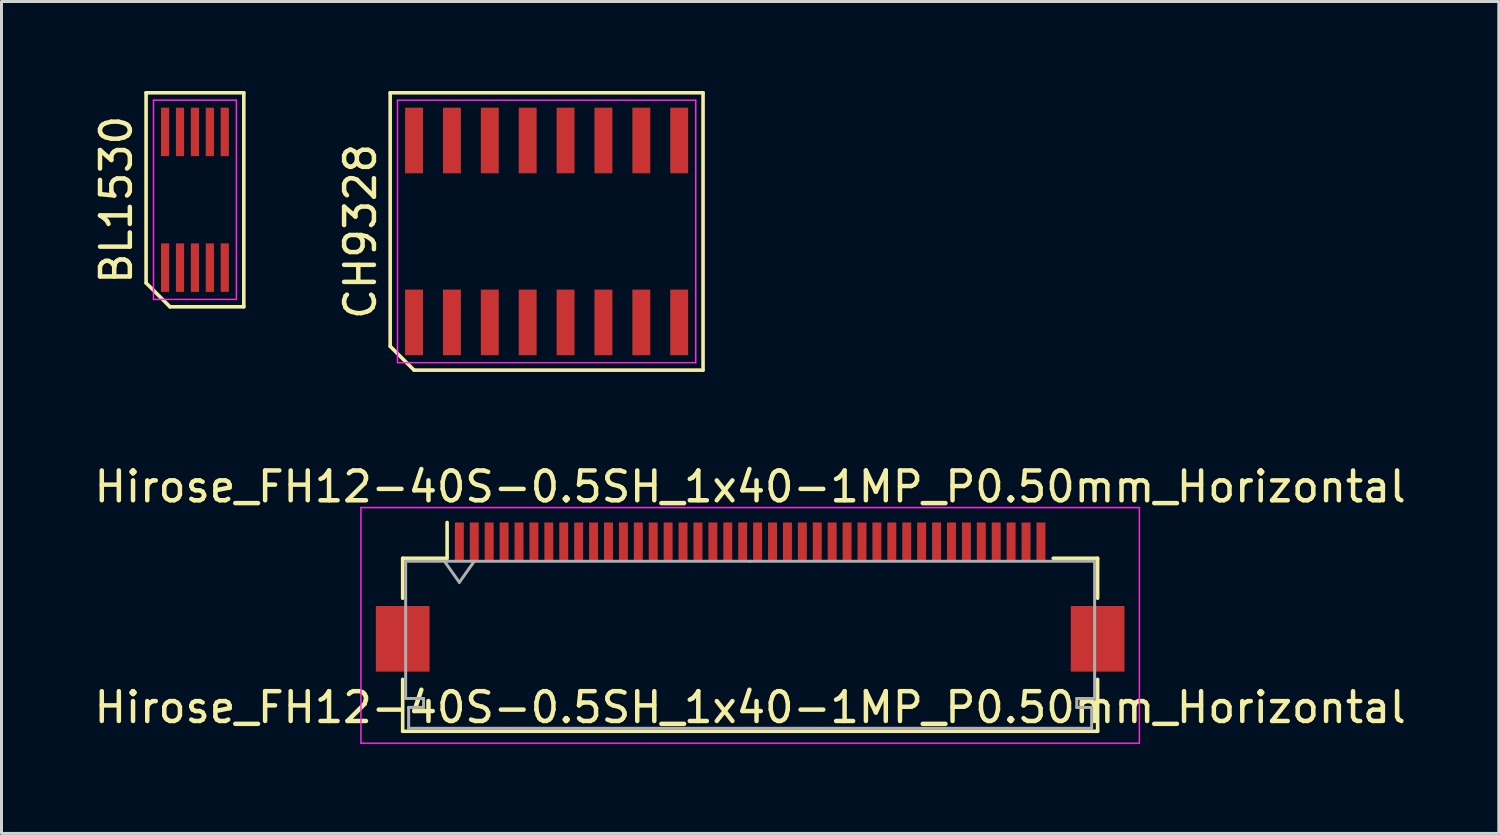
<source format=kicad_pcb>
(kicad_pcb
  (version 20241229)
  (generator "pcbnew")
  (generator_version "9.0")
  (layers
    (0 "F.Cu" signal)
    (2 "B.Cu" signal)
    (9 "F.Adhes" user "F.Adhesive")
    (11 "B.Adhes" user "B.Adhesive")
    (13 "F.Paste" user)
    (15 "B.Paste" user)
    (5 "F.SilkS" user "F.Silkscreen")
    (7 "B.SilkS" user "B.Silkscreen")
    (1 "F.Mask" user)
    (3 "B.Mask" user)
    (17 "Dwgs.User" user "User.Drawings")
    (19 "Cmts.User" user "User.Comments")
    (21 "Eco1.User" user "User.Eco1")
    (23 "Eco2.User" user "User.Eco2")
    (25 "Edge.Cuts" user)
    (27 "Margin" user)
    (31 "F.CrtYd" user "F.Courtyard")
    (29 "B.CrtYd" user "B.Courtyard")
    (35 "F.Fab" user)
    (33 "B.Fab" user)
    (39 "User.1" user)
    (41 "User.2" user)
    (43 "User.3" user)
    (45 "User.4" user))
  (footprint "BL1530"
    (layer "F.Cu")
    (at 3.486 3.648)
    (property "Reference" "BL1530" (at -2.638 0 90) (layer "F.SilkS") (effects (font (size 1 1) (thickness 0.15))))
    (attr smd)
    (fp_line (start -1.638 -3.588) (end 1.638 -3.588) (stroke (width 0.12) (type solid)) (layer "F.SilkS"))
    (fp_line (start -1.638 2.788) (end -1.638 -3.588) (stroke (width 0.12) (type solid)) (layer "F.SilkS"))
    (fp_line (start -0.838 3.588) (end -1.638 2.788) (stroke (width 0.12) (type solid)) (layer "F.SilkS"))
    (fp_line (start 1.638 -3.588) (end 1.638 3.588) (stroke (width 0.12) (type solid)) (layer "F.SilkS"))
    (fp_line (start 1.638 3.588) (end -0.838 3.588) (stroke (width 0.12) (type solid)) (layer "F.SilkS"))
    (fp_line (start -1.39 -3.34) (end 1.39 -3.34) (stroke (width 0.05) (type solid)) (layer "F.CrtYd"))
    (fp_line (start -1.39 3.34) (end -1.39 -3.34) (stroke (width 0.05) (type solid)) (layer "F.CrtYd"))
    (fp_line (start 1.39 -3.34) (end 1.39 3.34) (stroke (width 0.05) (type solid)) (layer "F.CrtYd"))
    (fp_line (start 1.39 3.34) (end -1.39 3.34) (stroke (width 0.05) (type solid)) (layer "F.CrtYd"))
    (pad "1" smd rect (at -1 2.275) (size 0.275 1.626) (layers "F.Cu" "F.Mask" "F.Paste"))
    (pad "2" smd rect (at -0.5 2.275) (size 0.275 1.626) (layers "F.Cu" "F.Mask" "F.Paste"))
    (pad "3" smd rect (at 0 2.275) (size 0.275 1.626) (layers "F.Cu" "F.Mask" "F.Paste"))
    (pad "4" smd rect (at 0.5 2.275) (size 0.275 1.626) (layers "F.Cu" "F.Mask" "F.Paste"))
    (pad "5" smd rect (at 1 2.275) (size 0.275 1.626) (layers "F.Cu" "F.Mask" "F.Paste"))
    (pad "6" smd rect (at 1 -2.275) (size 0.275 1.626) (layers "F.Cu" "F.Mask" "F.Paste"))
    (pad "7" smd rect (at 0.5 -2.275) (size 0.275 1.626) (layers "F.Cu" "F.Mask" "F.Paste"))
    (pad "8" smd rect (at 0 -2.275) (size 0.275 1.626) (layers "F.Cu" "F.Mask" "F.Paste"))
    (pad "9" smd rect (at -0.5 -2.275) (size 0.275 1.626) (layers "F.Cu" "F.Mask" "F.Paste"))
    (pad "10" smd rect (at -1 -2.275) (size 0.275 1.626) (layers "F.Cu" "F.Mask" "F.Paste")))
  (footprint "Hirose_FH12-40S-0.5SH_1x40-1MP_P0.50mm_Horizontal"
    (layer "F.Cu")
    (at 22.101 16.968)
    (property "Reference" "Hirose_FH12-40S-0.5SH_1x40-1MP_P0.50mm_Horizontal" (at 0 -3.7 0) (layer "F.SilkS") (effects (font (size 1 1) (thickness 0.15))))
    (attr smd)
    (fp_line (start -11.65 -1.3) (end -11.65 0.04) (stroke (width 0.12) (type solid)) (layer "F.SilkS"))
    (fp_line (start -11.65 2.76) (end -11.65 4.5) (stroke (width 0.12) (type solid)) (layer "F.SilkS"))
    (fp_line (start -11.65 4.5) (end 11.65 4.5) (stroke (width 0.12) (type solid)) (layer "F.SilkS"))
    (fp_line (start -10.16 -1.3) (end -11.65 -1.3) (stroke (width 0.12) (type solid)) (layer "F.SilkS"))
    (fp_line (start -10.16 -1.3) (end -10.16 -2.5) (stroke (width 0.12) (type solid)) (layer "F.SilkS"))
    (fp_line (start 10.16 -1.3) (end 11.65 -1.3) (stroke (width 0.12) (type solid)) (layer "F.SilkS"))
    (fp_line (start 11.65 -1.3) (end 11.65 0.04) (stroke (width 0.12) (type solid)) (layer "F.SilkS"))
    (fp_line (start 11.65 4.5) (end 11.65 2.76) (stroke (width 0.12) (type solid)) (layer "F.SilkS"))
    (fp_line (start -13.05 -3) (end -13.05 4.9) (stroke (width 0.05) (type solid)) (layer "F.CrtYd"))
    (fp_line (start -13.05 4.9) (end 13.05 4.9) (stroke (width 0.05) (type solid)) (layer "F.CrtYd"))
    (fp_line (start 13.05 -3) (end -13.05 -3) (stroke (width 0.05) (type solid)) (layer "F.CrtYd"))
    (fp_line (start 13.05 4.9) (end 13.05 -3) (stroke (width 0.05) (type solid)) (layer "F.CrtYd"))
    (fp_line (start -11.55 -1.2) (end -11.55 3.4) (stroke (width 0.1) (type solid)) (layer "F.Fab"))
    (fp_line (start -11.55 3.4) (end -10.95 3.4) (stroke (width 0.1) (type solid)) (layer "F.Fab"))
    (fp_line (start -11.45 3.7) (end -11.45 4.4) (stroke (width 0.1) (type solid)) (layer "F.Fab"))
    (fp_line (start -11.45 4.4) (end 0 4.4) (stroke (width 0.1) (type solid)) (layer "F.Fab"))
    (fp_line (start -10.95 3.4) (end -10.95 3.7) (stroke (width 0.1) (type solid)) (layer "F.Fab"))
    (fp_line (start -10.95 3.7) (end -11.45 3.7) (stroke (width 0.1) (type solid)) (layer "F.Fab"))
    (fp_line (start -10.25 -1.2) (end -9.75 -0.493) (stroke (width 0.1) (type solid)) (layer "F.Fab"))
    (fp_line (start -9.75 -0.493) (end -9.25 -1.2) (stroke (width 0.1) (type solid)) (layer "F.Fab"))
    (fp_line (start 0 -1.2) (end -11.55 -1.2) (stroke (width 0.1) (type solid)) (layer "F.Fab"))
    (fp_line (start 0 -1.2) (end 11.55 -1.2) (stroke (width 0.1) (type solid)) (layer "F.Fab"))
    (fp_line (start 10.95 3.4) (end 10.95 3.7) (stroke (width 0.1) (type solid)) (layer "F.Fab"))
    (fp_line (start 10.95 3.7) (end 11.45 3.7) (stroke (width 0.1) (type solid)) (layer "F.Fab"))
    (fp_line (start 11.45 3.7) (end 11.45 4.4) (stroke (width 0.1) (type solid)) (layer "F.Fab"))
    (fp_line (start 11.45 4.4) (end 0 4.4) (stroke (width 0.1) (type solid)) (layer "F.Fab"))
    (fp_line (start 11.55 -1.2) (end 11.55 3.4) (stroke (width 0.1) (type solid)) (layer "F.Fab"))
    (fp_line (start 11.55 3.4) (end 10.95 3.4) (stroke (width 0.1) (type solid)) (layer "F.Fab"))
    (fp_text user "${REFERENCE}" (at 0 3.7 0) (layer "F.SilkS") (effects (font (size 1 1) (thickness 0.15))))
    (pad "1" smd rect (at -9.75 -1.85) (size 0.3 1.3) (layers "F.Cu" "F.Mask" "F.Paste"))
    (pad "2" smd rect (at -9.25 -1.85) (size 0.3 1.3) (layers "F.Cu" "F.Mask" "F.Paste"))
    (pad "3" smd rect (at -8.75 -1.85) (size 0.3 1.3) (layers "F.Cu" "F.Mask" "F.Paste"))
    (pad "4" smd rect (at -8.25 -1.85) (size 0.3 1.3) (layers "F.Cu" "F.Mask" "F.Paste"))
    (pad "5" smd rect (at -7.75 -1.85) (size 0.3 1.3) (layers "F.Cu" "F.Mask" "F.Paste"))
    (pad "6" smd rect (at -7.25 -1.85) (size 0.3 1.3) (layers "F.Cu" "F.Mask" "F.Paste"))
    (pad "7" smd rect (at -6.75 -1.85) (size 0.3 1.3) (layers "F.Cu" "F.Mask" "F.Paste"))
    (pad "8" smd rect (at -6.25 -1.85) (size 0.3 1.3) (layers "F.Cu" "F.Mask" "F.Paste"))
    (pad "9" smd rect (at -5.75 -1.85) (size 0.3 1.3) (layers "F.Cu" "F.Mask" "F.Paste"))
    (pad "10" smd rect (at -5.25 -1.85) (size 0.3 1.3) (layers "F.Cu" "F.Mask" "F.Paste"))
    (pad "11" smd rect (at -4.75 -1.85) (size 0.3 1.3) (layers "F.Cu" "F.Mask" "F.Paste"))
    (pad "12" smd rect (at -4.25 -1.85) (size 0.3 1.3) (layers "F.Cu" "F.Mask" "F.Paste"))
    (pad "13" smd rect (at -3.75 -1.85) (size 0.3 1.3) (layers "F.Cu" "F.Mask" "F.Paste"))
    (pad "14" smd rect (at -3.25 -1.85) (size 0.3 1.3) (layers "F.Cu" "F.Mask" "F.Paste"))
    (pad "15" smd rect (at -2.75 -1.85) (size 0.3 1.3) (layers "F.Cu" "F.Mask" "F.Paste"))
    (pad "16" smd rect (at -2.25 -1.85) (size 0.3 1.3) (layers "F.Cu" "F.Mask" "F.Paste"))
    (pad "17" smd rect (at -1.75 -1.85) (size 0.3 1.3) (layers "F.Cu" "F.Mask" "F.Paste"))
    (pad "18" smd rect (at -1.25 -1.85) (size 0.3 1.3) (layers "F.Cu" "F.Mask" "F.Paste"))
    (pad "19" smd rect (at -0.75 -1.85) (size 0.3 1.3) (layers "F.Cu" "F.Mask" "F.Paste"))
    (pad "20" smd rect (at -0.25 -1.85) (size 0.3 1.3) (layers "F.Cu" "F.Mask" "F.Paste"))
    (pad "21" smd rect (at 0.25 -1.85) (size 0.3 1.3) (layers "F.Cu" "F.Mask" "F.Paste"))
    (pad "22" smd rect (at 0.75 -1.85) (size 0.3 1.3) (layers "F.Cu" "F.Mask" "F.Paste"))
    (pad "23" smd rect (at 1.25 -1.85) (size 0.3 1.3) (layers "F.Cu" "F.Mask" "F.Paste"))
    (pad "24" smd rect (at 1.75 -1.85) (size 0.3 1.3) (layers "F.Cu" "F.Mask" "F.Paste"))
    (pad "25" smd rect (at 2.25 -1.85) (size 0.3 1.3) (layers "F.Cu" "F.Mask" "F.Paste"))
    (pad "26" smd rect (at 2.75 -1.85) (size 0.3 1.3) (layers "F.Cu" "F.Mask" "F.Paste"))
    (pad "27" smd rect (at 3.25 -1.85) (size 0.3 1.3) (layers "F.Cu" "F.Mask" "F.Paste"))
    (pad "28" smd rect (at 3.75 -1.85) (size 0.3 1.3) (layers "F.Cu" "F.Mask" "F.Paste"))
    (pad "29" smd rect (at 4.25 -1.85) (size 0.3 1.3) (layers "F.Cu" "F.Mask" "F.Paste"))
    (pad "30" smd rect (at 4.75 -1.85) (size 0.3 1.3) (layers "F.Cu" "F.Mask" "F.Paste"))
    (pad "31" smd rect (at 5.25 -1.85) (size 0.3 1.3) (layers "F.Cu" "F.Mask" "F.Paste"))
    (pad "32" smd rect (at 5.75 -1.85) (size 0.3 1.3) (layers "F.Cu" "F.Mask" "F.Paste"))
    (pad "33" smd rect (at 6.25 -1.85) (size 0.3 1.3) (layers "F.Cu" "F.Mask" "F.Paste"))
    (pad "34" smd rect (at 6.75 -1.85) (size 0.3 1.3) (layers "F.Cu" "F.Mask" "F.Paste"))
    (pad "35" smd rect (at 7.25 -1.85) (size 0.3 1.3) (layers "F.Cu" "F.Mask" "F.Paste"))
    (pad "36" smd rect (at 7.75 -1.85) (size 0.3 1.3) (layers "F.Cu" "F.Mask" "F.Paste"))
    (pad "37" smd rect (at 8.25 -1.85) (size 0.3 1.3) (layers "F.Cu" "F.Mask" "F.Paste"))
    (pad "38" smd rect (at 8.75 -1.85) (size 0.3 1.3) (layers "F.Cu" "F.Mask" "F.Paste"))
    (pad "39" smd rect (at 9.25 -1.85) (size 0.3 1.3) (layers "F.Cu" "F.Mask" "F.Paste"))
    (pad "40" smd rect (at 9.75 -1.85) (size 0.3 1.3) (layers "F.Cu" "F.Mask" "F.Paste"))
    (pad "MP" smd rect (at -11.65 1.4) (size 1.8 2.2) (layers "F.Cu" "F.Mask" "F.Paste"))
    (pad "MP" smd rect (at 11.65 1.4) (size 1.8 2.2) (layers "F.Cu" "F.Mask" "F.Paste")))
  (footprint "CH9328"
    (layer "F.Cu")
    (at 15.277 4.71)
    (property "Reference" "CH9328" (at -6.245 0 90) (layer "F.SilkS") (effects (font (size 1 1) (thickness 0.15))))
    (attr smd)
    (fp_line (start -5.245 -4.65) (end 5.245 -4.65) (stroke (width 0.12) (type solid)) (layer "F.SilkS"))
    (fp_line (start -5.245 3.85) (end -5.245 -4.65) (stroke (width 0.12) (type solid)) (layer "F.SilkS"))
    (fp_line (start -4.445 4.65) (end -5.245 3.85) (stroke (width 0.12) (type solid)) (layer "F.SilkS"))
    (fp_line (start 5.245 -4.65) (end 5.245 4.65) (stroke (width 0.12) (type solid)) (layer "F.SilkS"))
    (fp_line (start 5.245 4.65) (end -4.445 4.65) (stroke (width 0.12) (type solid)) (layer "F.SilkS"))
    (fp_line (start -5 -4.4) (end 5 -4.4) (stroke (width 0.05) (type solid)) (layer "F.CrtYd"))
    (fp_line (start -5 4.4) (end -5 -4.4) (stroke (width 0.05) (type solid)) (layer "F.CrtYd"))
    (fp_line (start 5 -4.4) (end 5 4.4) (stroke (width 0.05) (type solid)) (layer "F.CrtYd"))
    (fp_line (start 5 4.4) (end -5 4.4) (stroke (width 0.05) (type solid)) (layer "F.CrtYd"))
    (pad "1" smd rect (at -4.445 3.05) (size 0.6 2.2) (layers "F.Cu" "F.Mask" "F.Paste"))
    (pad "2" smd rect (at -3.175 3.05) (size 0.6 2.2) (layers "F.Cu" "F.Mask" "F.Paste"))
    (pad "3" smd rect (at -1.905 3.05) (size 0.6 2.2) (layers "F.Cu" "F.Mask" "F.Paste"))
    (pad "4" smd rect (at -0.635 3.05) (size 0.6 2.2) (layers "F.Cu" "F.Mask" "F.Paste"))
    (pad "5" smd rect (at 0.635 3.05) (size 0.6 2.2) (layers "F.Cu" "F.Mask" "F.Paste"))
    (pad "6" smd rect (at 1.905 3.05) (size 0.6 2.2) (layers "F.Cu" "F.Mask" "F.Paste"))
    (pad "7" smd rect (at 3.175 3.05) (size 0.6 2.2) (layers "F.Cu" "F.Mask" "F.Paste"))
    (pad "8" smd rect (at 4.445 3.05) (size 0.6 2.2) (layers "F.Cu" "F.Mask" "F.Paste"))
    (pad "9" smd rect (at 4.445 -3.05) (size 0.6 2.2) (layers "F.Cu" "F.Mask" "F.Paste"))
    (pad "10" smd rect (at 3.175 -3.05) (size 0.6 2.2) (layers "F.Cu" "F.Mask" "F.Paste"))
    (pad "11" smd rect (at 1.905 -3.05) (size 0.6 2.2) (layers "F.Cu" "F.Mask" "F.Paste"))
    (pad "12" smd rect (at 0.635 -3.05) (size 0.6 2.2) (layers "F.Cu" "F.Mask" "F.Paste"))
    (pad "13" smd rect (at -0.635 -3.05) (size 0.6 2.2) (layers "F.Cu" "F.Mask" "F.Paste"))
    (pad "14" smd rect (at -1.905 -3.05) (size 0.6 2.2) (layers "F.Cu" "F.Mask" "F.Paste"))
    (pad "15" smd rect (at -3.175 -3.05) (size 0.6 2.2) (layers "F.Cu" "F.Mask" "F.Paste"))
    (pad "16" smd rect (at -4.445 -3.05) (size 0.6 2.2) (layers "F.Cu" "F.Mask" "F.Paste")))
  (gr_rect
    (start -3 -3)
    (end 47.202 24.893)
    (stroke (width 0.1) (type default))
    (fill no)
    (layer "Edge.Cuts")))
</source>
